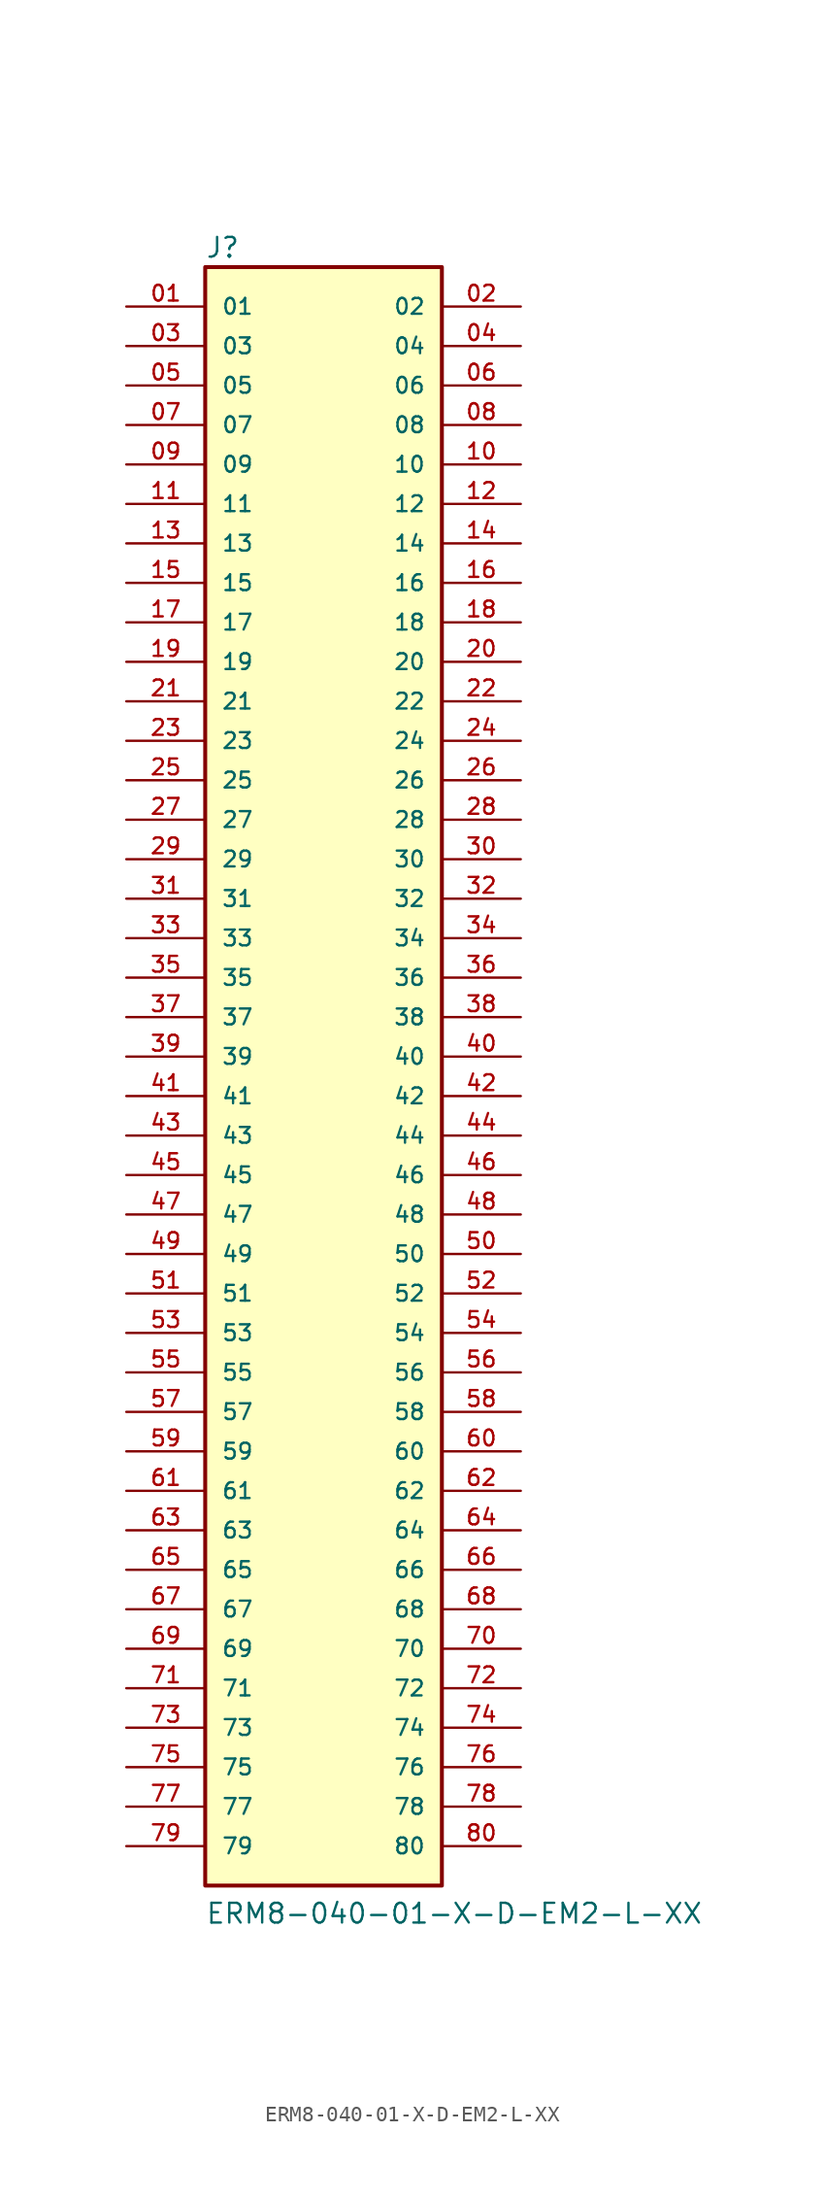
<source format=kicad_sym>
(kicad_symbol_lib
  (version 20211014)
  (generator kicad_symbol_editor)
  (symbol "ERM8-040-01-X-D-EM2-L-XX"
    (pin_names
      (offset 1.016))
    (property "Reference" "J"
      (at -7.62 51.308 0)
      (effects (font (size 1.27 1.27)) (justify bottom left)))
    (property "Value" "ERM8-040-01-X-D-EM2-L-XX"
      (at -7.62 -55.88 0)
      (effects (font (size 1.27 1.27)) (justify bottom left)))
    (symbol "ERM8-040-01-X-D-EM2-L-XX_0_0"
      (rectangle (start -7.62 -53.34) (end 7.62 50.8) (stroke (width 0.254)) (fill (type background)))
      (pin passive line (at 12.7 38.1 180.0) (length 5.08) (name "10" (effects (font (size 1.016 1.016)))) (number "10" (effects (font (size 1.016 1.016)))))
      (pin passive line (at -12.7 35.56 0) (length 5.08) (name "11" (effects (font (size 1.016 1.016)))) (number "11" (effects (font (size 1.016 1.016)))))
      (pin passive line (at 12.7 35.56 180.0) (length 5.08) (name "12" (effects (font (size 1.016 1.016)))) (number "12" (effects (font (size 1.016 1.016)))))
      (pin passive line (at -12.7 33.02 0) (length 5.08) (name "13" (effects (font (size 1.016 1.016)))) (number "13" (effects (font (size 1.016 1.016)))))
      (pin passive line (at 12.7 33.02 180.0) (length 5.08) (name "14" (effects (font (size 1.016 1.016)))) (number "14" (effects (font (size 1.016 1.016)))))
      (pin passive line (at -12.7 30.48 0) (length 5.08) (name "15" (effects (font (size 1.016 1.016)))) (number "15" (effects (font (size 1.016 1.016)))))
      (pin passive line (at 12.7 30.48 180.0) (length 5.08) (name "16" (effects (font (size 1.016 1.016)))) (number "16" (effects (font (size 1.016 1.016)))))
      (pin passive line (at -12.7 27.94 0) (length 5.08) (name "17" (effects (font (size 1.016 1.016)))) (number "17" (effects (font (size 1.016 1.016)))))
      (pin passive line (at 12.7 27.94 180.0) (length 5.08) (name "18" (effects (font (size 1.016 1.016)))) (number "18" (effects (font (size 1.016 1.016)))))
      (pin passive line (at -12.7 25.4 0) (length 5.08) (name "19" (effects (font (size 1.016 1.016)))) (number "19" (effects (font (size 1.016 1.016)))))
      (pin passive line (at 12.7 25.4 180.0) (length 5.08) (name "20" (effects (font (size 1.016 1.016)))) (number "20" (effects (font (size 1.016 1.016)))))
      (pin passive line (at -12.7 22.86 0) (length 5.08) (name "21" (effects (font (size 1.016 1.016)))) (number "21" (effects (font (size 1.016 1.016)))))
      (pin passive line (at 12.7 22.86 180.0) (length 5.08) (name "22" (effects (font (size 1.016 1.016)))) (number "22" (effects (font (size 1.016 1.016)))))
      (pin passive line (at -12.7 20.32 0) (length 5.08) (name "23" (effects (font (size 1.016 1.016)))) (number "23" (effects (font (size 1.016 1.016)))))
      (pin passive line (at 12.7 20.32 180.0) (length 5.08) (name "24" (effects (font (size 1.016 1.016)))) (number "24" (effects (font (size 1.016 1.016)))))
      (pin passive line (at -12.7 17.78 0) (length 5.08) (name "25" (effects (font (size 1.016 1.016)))) (number "25" (effects (font (size 1.016 1.016)))))
      (pin passive line (at 12.7 17.78 180.0) (length 5.08) (name "26" (effects (font (size 1.016 1.016)))) (number "26" (effects (font (size 1.016 1.016)))))
      (pin passive line (at -12.7 15.24 0) (length 5.08) (name "27" (effects (font (size 1.016 1.016)))) (number "27" (effects (font (size 1.016 1.016)))))
      (pin passive line (at 12.7 15.24 180.0) (length 5.08) (name "28" (effects (font (size 1.016 1.016)))) (number "28" (effects (font (size 1.016 1.016)))))
      (pin passive line (at -12.7 12.7 0) (length 5.08) (name "29" (effects (font (size 1.016 1.016)))) (number "29" (effects (font (size 1.016 1.016)))))
      (pin passive line (at 12.7 12.7 180.0) (length 5.08) (name "30" (effects (font (size 1.016 1.016)))) (number "30" (effects (font (size 1.016 1.016)))))
      (pin passive line (at -12.7 10.16 0) (length 5.08) (name "31" (effects (font (size 1.016 1.016)))) (number "31" (effects (font (size 1.016 1.016)))))
      (pin passive line (at 12.7 10.16 180.0) (length 5.08) (name "32" (effects (font (size 1.016 1.016)))) (number "32" (effects (font (size 1.016 1.016)))))
      (pin passive line (at -12.7 7.62 0) (length 5.08) (name "33" (effects (font (size 1.016 1.016)))) (number "33" (effects (font (size 1.016 1.016)))))
      (pin passive line (at 12.7 7.62 180.0) (length 5.08) (name "34" (effects (font (size 1.016 1.016)))) (number "34" (effects (font (size 1.016 1.016)))))
      (pin passive line (at -12.7 5.08 0) (length 5.08) (name "35" (effects (font (size 1.016 1.016)))) (number "35" (effects (font (size 1.016 1.016)))))
      (pin passive line (at 12.7 5.08 180.0) (length 5.08) (name "36" (effects (font (size 1.016 1.016)))) (number "36" (effects (font (size 1.016 1.016)))))
      (pin passive line (at -12.7 2.54 0) (length 5.08) (name "37" (effects (font (size 1.016 1.016)))) (number "37" (effects (font (size 1.016 1.016)))))
      (pin passive line (at 12.7 2.54 180.0) (length 5.08) (name "38" (effects (font (size 1.016 1.016)))) (number "38" (effects (font (size 1.016 1.016)))))
      (pin passive line (at -12.7 0.0 0) (length 5.08) (name "39" (effects (font (size 1.016 1.016)))) (number "39" (effects (font (size 1.016 1.016)))))
      (pin passive line (at 12.7 0.0 180.0) (length 5.08) (name "40" (effects (font (size 1.016 1.016)))) (number "40" (effects (font (size 1.016 1.016)))))
      (pin passive line (at -12.7 48.26 0) (length 5.08) (name "01" (effects (font (size 1.016 1.016)))) (number "01" (effects (font (size 1.016 1.016)))))
      (pin passive line (at 12.7 48.26 180.0) (length 5.08) (name "02" (effects (font (size 1.016 1.016)))) (number "02" (effects (font (size 1.016 1.016)))))
      (pin passive line (at -12.7 45.72 0) (length 5.08) (name "03" (effects (font (size 1.016 1.016)))) (number "03" (effects (font (size 1.016 1.016)))))
      (pin passive line (at 12.7 45.72 180.0) (length 5.08) (name "04" (effects (font (size 1.016 1.016)))) (number "04" (effects (font (size 1.016 1.016)))))
      (pin passive line (at -12.7 43.18 0) (length 5.08) (name "05" (effects (font (size 1.016 1.016)))) (number "05" (effects (font (size 1.016 1.016)))))
      (pin passive line (at 12.7 43.18 180.0) (length 5.08) (name "06" (effects (font (size 1.016 1.016)))) (number "06" (effects (font (size 1.016 1.016)))))
      (pin passive line (at -12.7 40.64 0) (length 5.08) (name "07" (effects (font (size 1.016 1.016)))) (number "07" (effects (font (size 1.016 1.016)))))
      (pin passive line (at 12.7 40.64 180.0) (length 5.08) (name "08" (effects (font (size 1.016 1.016)))) (number "08" (effects (font (size 1.016 1.016)))))
      (pin passive line (at -12.7 38.1 0) (length 5.08) (name "09" (effects (font (size 1.016 1.016)))) (number "09" (effects (font (size 1.016 1.016)))))
      (pin passive line (at -12.7 -2.54 0) (length 5.08) (name "41" (effects (font (size 1.016 1.016)))) (number "41" (effects (font (size 1.016 1.016)))))
      (pin passive line (at 12.7 -2.54 180.0) (length 5.08) (name "42" (effects (font (size 1.016 1.016)))) (number "42" (effects (font (size 1.016 1.016)))))
      (pin passive line (at -12.7 -5.08 0) (length 5.08) (name "43" (effects (font (size 1.016 1.016)))) (number "43" (effects (font (size 1.016 1.016)))))
      (pin passive line (at 12.7 -5.08 180.0) (length 5.08) (name "44" (effects (font (size 1.016 1.016)))) (number "44" (effects (font (size 1.016 1.016)))))
      (pin passive line (at -12.7 -7.62 0) (length 5.08) (name "45" (effects (font (size 1.016 1.016)))) (number "45" (effects (font (size 1.016 1.016)))))
      (pin passive line (at 12.7 -7.62 180.0) (length 5.08) (name "46" (effects (font (size 1.016 1.016)))) (number "46" (effects (font (size 1.016 1.016)))))
      (pin passive line (at -12.7 -10.16 0) (length 5.08) (name "47" (effects (font (size 1.016 1.016)))) (number "47" (effects (font (size 1.016 1.016)))))
      (pin passive line (at 12.7 -10.16 180.0) (length 5.08) (name "48" (effects (font (size 1.016 1.016)))) (number "48" (effects (font (size 1.016 1.016)))))
      (pin passive line (at -12.7 -12.7 0) (length 5.08) (name "49" (effects (font (size 1.016 1.016)))) (number "49" (effects (font (size 1.016 1.016)))))
      (pin passive line (at 12.7 -12.7 180.0) (length 5.08) (name "50" (effects (font (size 1.016 1.016)))) (number "50" (effects (font (size 1.016 1.016)))))
      (pin passive line (at -12.7 -15.24 0) (length 5.08) (name "51" (effects (font (size 1.016 1.016)))) (number "51" (effects (font (size 1.016 1.016)))))
      (pin passive line (at 12.7 -15.24 180.0) (length 5.08) (name "52" (effects (font (size 1.016 1.016)))) (number "52" (effects (font (size 1.016 1.016)))))
      (pin passive line (at -12.7 -17.78 0) (length 5.08) (name "53" (effects (font (size 1.016 1.016)))) (number "53" (effects (font (size 1.016 1.016)))))
      (pin passive line (at 12.7 -17.78 180.0) (length 5.08) (name "54" (effects (font (size 1.016 1.016)))) (number "54" (effects (font (size 1.016 1.016)))))
      (pin passive line (at -12.7 -20.32 0) (length 5.08) (name "55" (effects (font (size 1.016 1.016)))) (number "55" (effects (font (size 1.016 1.016)))))
      (pin passive line (at 12.7 -20.32 180.0) (length 5.08) (name "56" (effects (font (size 1.016 1.016)))) (number "56" (effects (font (size 1.016 1.016)))))
      (pin passive line (at -12.7 -22.86 0) (length 5.08) (name "57" (effects (font (size 1.016 1.016)))) (number "57" (effects (font (size 1.016 1.016)))))
      (pin passive line (at 12.7 -22.86 180.0) (length 5.08) (name "58" (effects (font (size 1.016 1.016)))) (number "58" (effects (font (size 1.016 1.016)))))
      (pin passive line (at -12.7 -25.4 0) (length 5.08) (name "59" (effects (font (size 1.016 1.016)))) (number "59" (effects (font (size 1.016 1.016)))))
      (pin passive line (at 12.7 -25.4 180.0) (length 5.08) (name "60" (effects (font (size 1.016 1.016)))) (number "60" (effects (font (size 1.016 1.016)))))
      (pin passive line (at -12.7 -27.94 0) (length 5.08) (name "61" (effects (font (size 1.016 1.016)))) (number "61" (effects (font (size 1.016 1.016)))))
      (pin passive line (at 12.7 -27.94 180.0) (length 5.08) (name "62" (effects (font (size 1.016 1.016)))) (number "62" (effects (font (size 1.016 1.016)))))
      (pin passive line (at -12.7 -30.48 0) (length 5.08) (name "63" (effects (font (size 1.016 1.016)))) (number "63" (effects (font (size 1.016 1.016)))))
      (pin passive line (at 12.7 -30.48 180.0) (length 5.08) (name "64" (effects (font (size 1.016 1.016)))) (number "64" (effects (font (size 1.016 1.016)))))
      (pin passive line (at -12.7 -33.02 0) (length 5.08) (name "65" (effects (font (size 1.016 1.016)))) (number "65" (effects (font (size 1.016 1.016)))))
      (pin passive line (at 12.7 -33.02 180.0) (length 5.08) (name "66" (effects (font (size 1.016 1.016)))) (number "66" (effects (font (size 1.016 1.016)))))
      (pin passive line (at -12.7 -35.56 0) (length 5.08) (name "67" (effects (font (size 1.016 1.016)))) (number "67" (effects (font (size 1.016 1.016)))))
      (pin passive line (at 12.7 -35.56 180.0) (length 5.08) (name "68" (effects (font (size 1.016 1.016)))) (number "68" (effects (font (size 1.016 1.016)))))
      (pin passive line (at -12.7 -38.1 0) (length 5.08) (name "69" (effects (font (size 1.016 1.016)))) (number "69" (effects (font (size 1.016 1.016)))))
      (pin passive line (at 12.7 -38.1 180.0) (length 5.08) (name "70" (effects (font (size 1.016 1.016)))) (number "70" (effects (font (size 1.016 1.016)))))
      (pin passive line (at -12.7 -40.64 0) (length 5.08) (name "71" (effects (font (size 1.016 1.016)))) (number "71" (effects (font (size 1.016 1.016)))))
      (pin passive line (at 12.7 -40.64 180.0) (length 5.08) (name "72" (effects (font (size 1.016 1.016)))) (number "72" (effects (font (size 1.016 1.016)))))
      (pin passive line (at -12.7 -43.18 0) (length 5.08) (name "73" (effects (font (size 1.016 1.016)))) (number "73" (effects (font (size 1.016 1.016)))))
      (pin passive line (at 12.7 -43.18 180.0) (length 5.08) (name "74" (effects (font (size 1.016 1.016)))) (number "74" (effects (font (size 1.016 1.016)))))
      (pin passive line (at -12.7 -45.72 0) (length 5.08) (name "75" (effects (font (size 1.016 1.016)))) (number "75" (effects (font (size 1.016 1.016)))))
      (pin passive line (at 12.7 -45.72 180.0) (length 5.08) (name "76" (effects (font (size 1.016 1.016)))) (number "76" (effects (font (size 1.016 1.016)))))
      (pin passive line (at -12.7 -48.26 0) (length 5.08) (name "77" (effects (font (size 1.016 1.016)))) (number "77" (effects (font (size 1.016 1.016)))))
      (pin passive line (at 12.7 -48.26 180.0) (length 5.08) (name "78" (effects (font (size 1.016 1.016)))) (number "78" (effects (font (size 1.016 1.016)))))
      (pin passive line (at -12.7 -50.8 0) (length 5.08) (name "79" (effects (font (size 1.016 1.016)))) (number "79" (effects (font (size 1.016 1.016)))))
      (pin passive line (at 12.7 -50.8 180.0) (length 5.08) (name "80" (effects (font (size 1.016 1.016)))) (number "80" (effects (font (size 1.016 1.016))))))))
</source>
